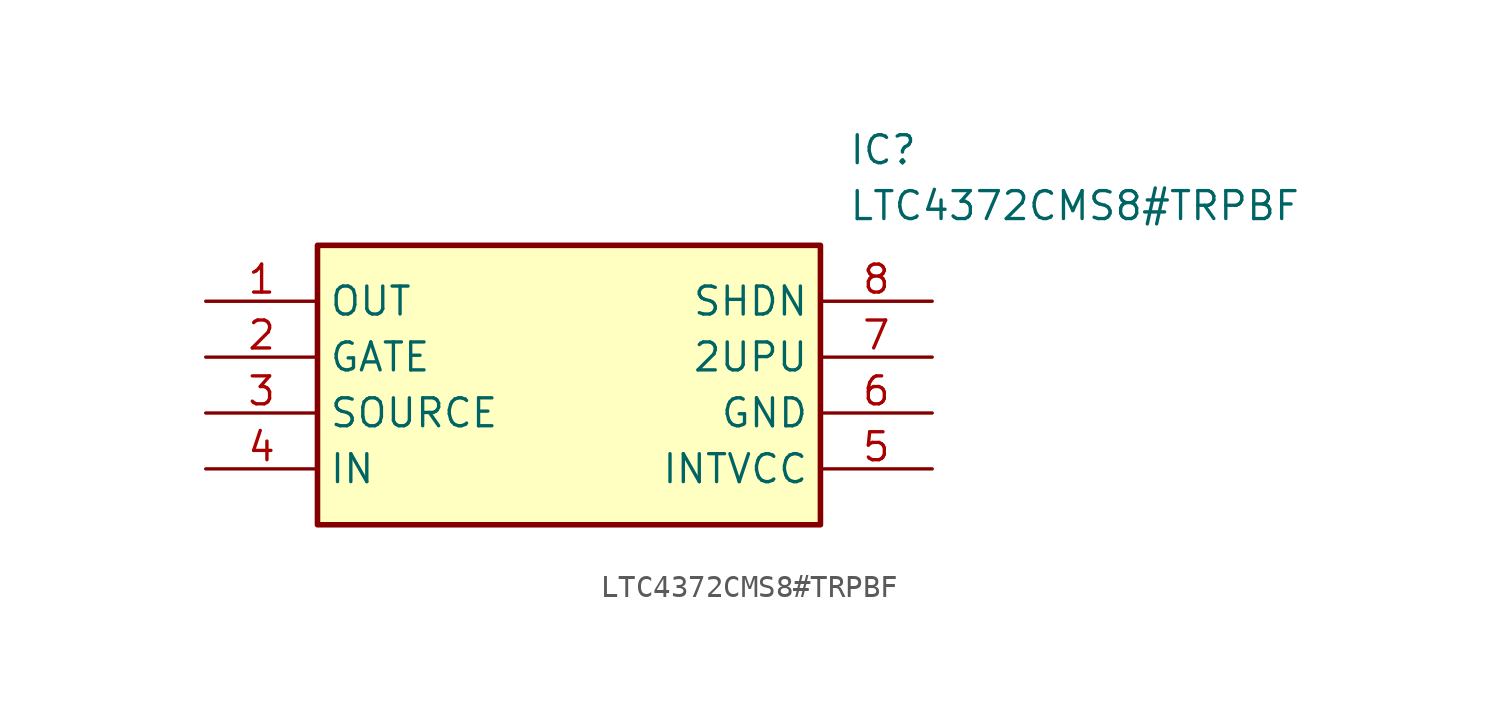
<source format=kicad_sym>
(kicad_symbol_lib
  (version 20211014)
  (generator SamacSys_ECAD_Model)
  (symbol "LTC4372CMS8#TRPBF"
    (property "Reference" "IC"
      (at 29.21 7.62 0)
      (effects (font (size 1.27 1.27)) (justify left top)))
    (property "Value" "LTC4372CMS8#TRPBF"
      (at 29.21 5.08 0)
      (effects (font (size 1.27 1.27)) (justify left top)))
    (rectangle
      (start 5.08 2.54)
      (end 27.94 -10.16)
      (stroke (width 0.254) (type default))
      (fill (type background)))
    (pin passive line
      (at 0 0 0)
      (length 5.08)
      (name "OUT" (effects (font (size 1.27 1.27))))
      (number "1" (effects (font (size 1.27 1.27)))))
    (pin passive line
      (at 0 -2.54 0)
      (length 5.08)
      (name "GATE" (effects (font (size 1.27 1.27))))
      (number "2" (effects (font (size 1.27 1.27)))))
    (pin passive line
      (at 0 -5.08 0)
      (length 5.08)
      (name "SOURCE" (effects (font (size 1.27 1.27))))
      (number "3" (effects (font (size 1.27 1.27)))))
    (pin passive line
      (at 0 -7.62 0)
      (length 5.08)
      (name "IN" (effects (font (size 1.27 1.27))))
      (number "4" (effects (font (size 1.27 1.27)))))
    (pin passive line
      (at 33.02 0 180)
      (length 5.08)
      (name "SHDN" (effects (font (size 1.27 1.27))))
      (number "8" (effects (font (size 1.27 1.27)))))
    (pin passive line
      (at 33.02 -2.54 180)
      (length 5.08)
      (name "2UPU" (effects (font (size 1.27 1.27))))
      (number "7" (effects (font (size 1.27 1.27)))))
    (pin passive line
      (at 33.02 -5.08 180)
      (length 5.08)
      (name "GND" (effects (font (size 1.27 1.27))))
      (number "6" (effects (font (size 1.27 1.27)))))
    (pin passive line
      (at 33.02 -7.62 180)
      (length 5.08)
      (name "INTVCC" (effects (font (size 1.27 1.27))))
      (number "5" (effects (font (size 1.27 1.27)))))))
</source>
